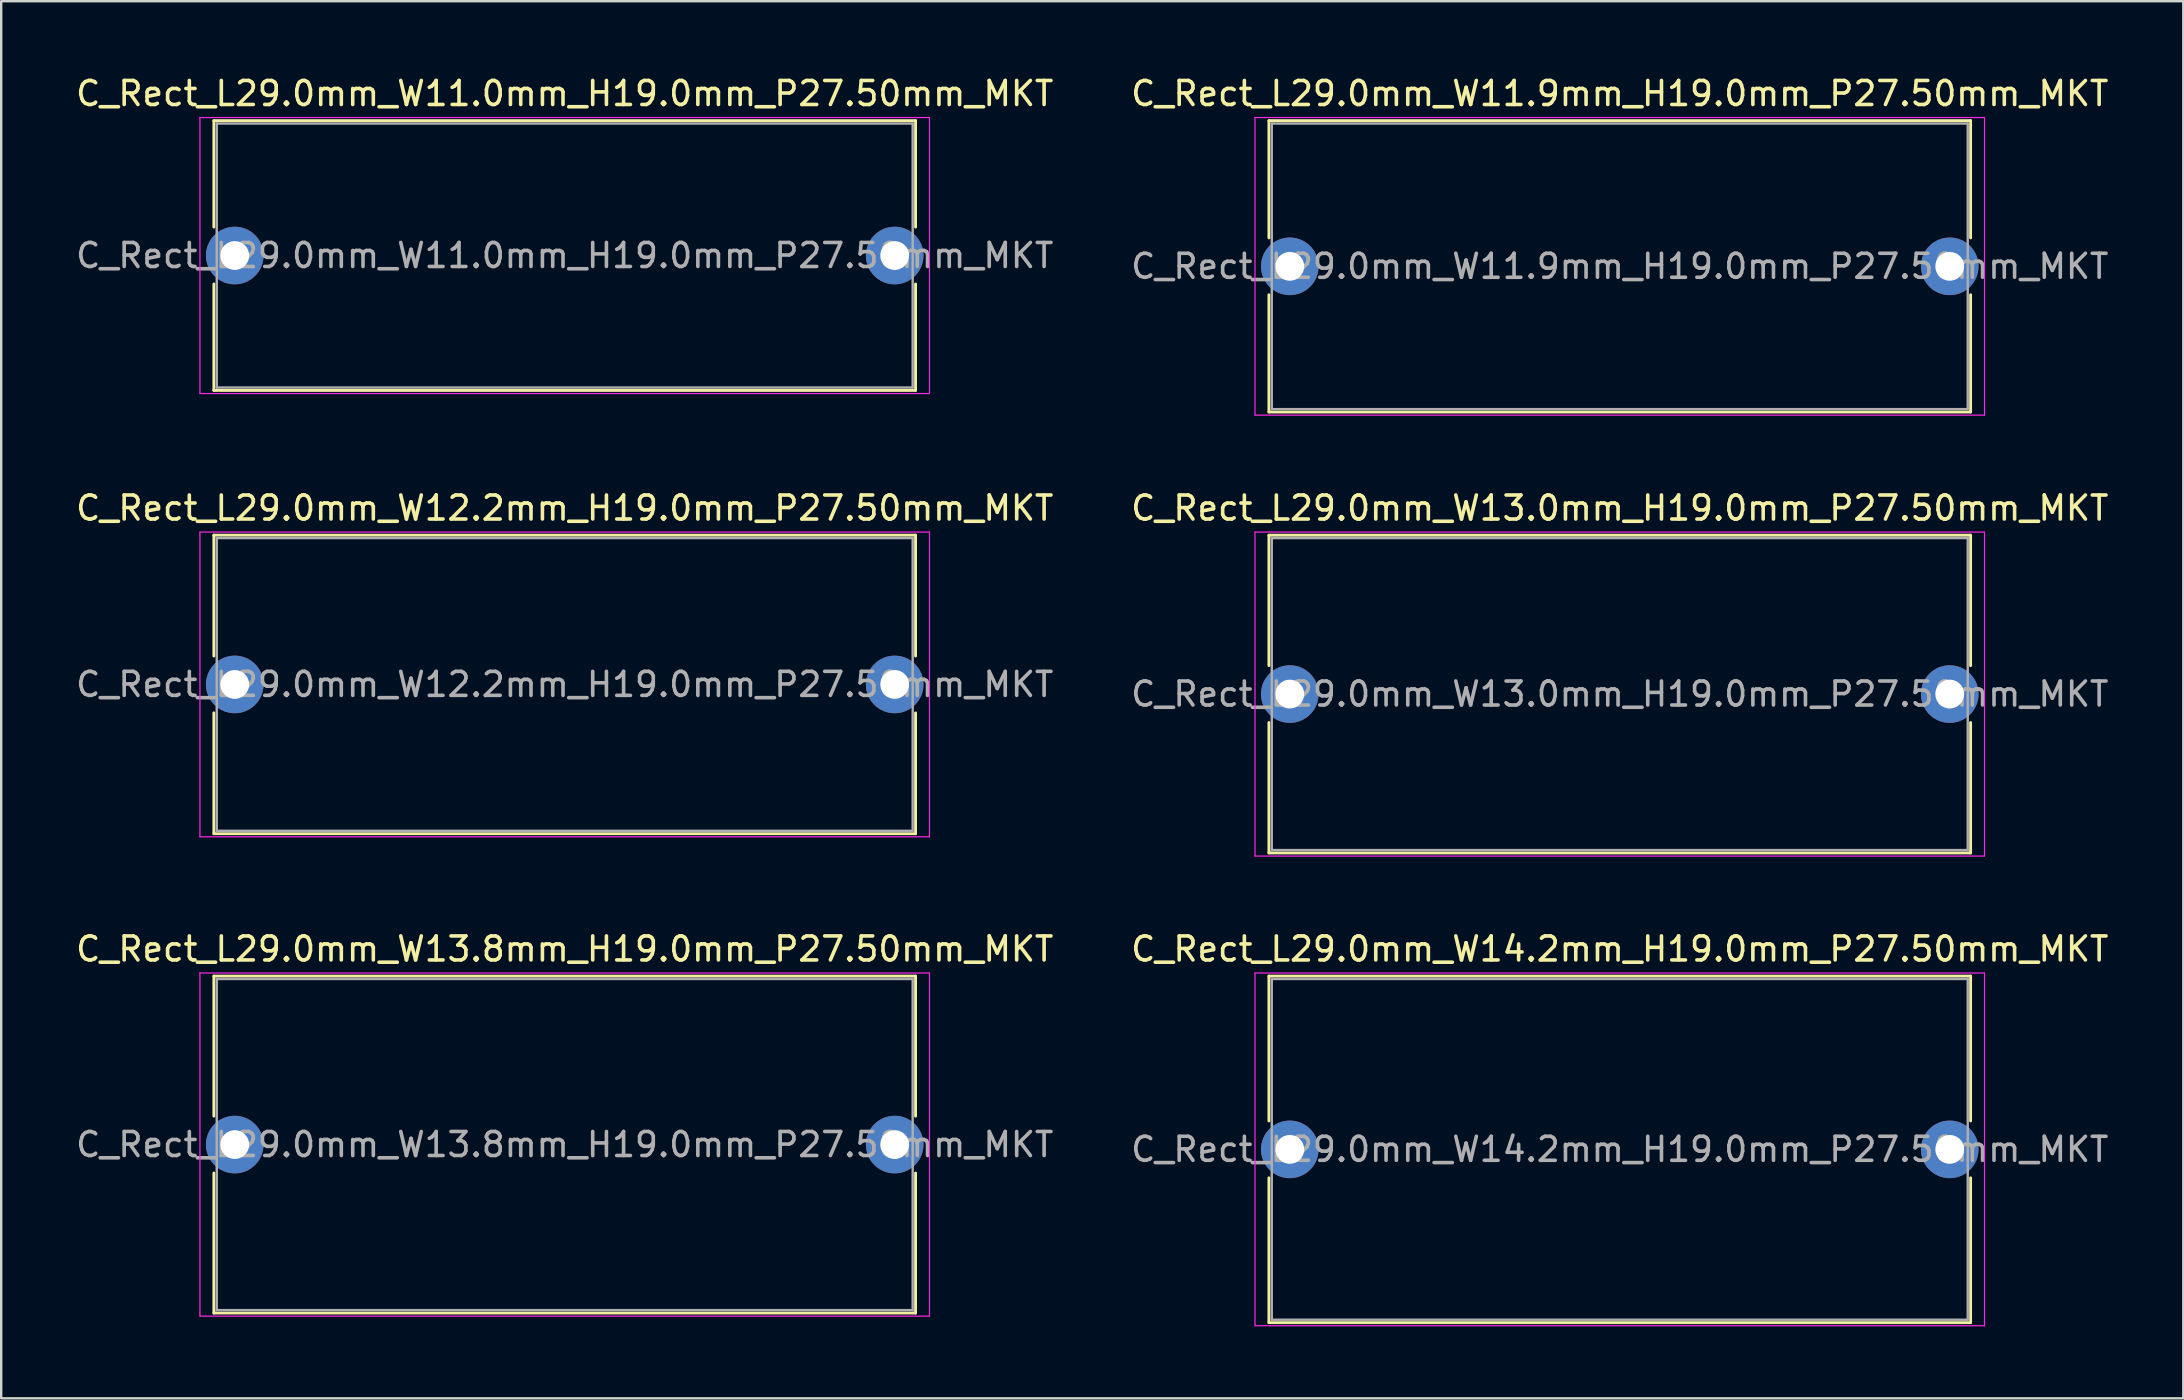
<source format=kicad_pcb>
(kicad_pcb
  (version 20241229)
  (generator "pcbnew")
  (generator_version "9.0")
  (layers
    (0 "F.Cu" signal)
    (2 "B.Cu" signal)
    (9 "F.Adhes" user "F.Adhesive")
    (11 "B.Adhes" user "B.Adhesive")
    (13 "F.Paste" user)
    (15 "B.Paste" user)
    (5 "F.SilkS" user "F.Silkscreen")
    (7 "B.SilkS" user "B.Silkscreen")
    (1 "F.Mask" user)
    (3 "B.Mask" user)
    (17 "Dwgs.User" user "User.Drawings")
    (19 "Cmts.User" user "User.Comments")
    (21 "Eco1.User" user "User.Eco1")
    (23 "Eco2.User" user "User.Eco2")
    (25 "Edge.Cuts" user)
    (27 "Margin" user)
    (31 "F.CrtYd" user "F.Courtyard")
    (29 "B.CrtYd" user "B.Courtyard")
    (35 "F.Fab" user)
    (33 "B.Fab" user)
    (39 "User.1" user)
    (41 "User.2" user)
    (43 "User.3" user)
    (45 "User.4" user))
  (footprint "C_Rect_L29.0mm_W14.2mm_H19.0mm_P27.50mm_MKT"
    (layer "F.Cu")
    (at 50.696 44.845)
    (property "Reference" "C_Rect_L29.0mm_W14.2mm_H19.0mm_P27.50mm_MKT" (at 13.75 -8.35 0) (layer "F.SilkS") (effects (font (size 1 1) (thickness 0.15))))
    (attr through_hole)
    (fp_line (start -0.87 -7.22) (end -0.87 -1.185) (stroke (width 0.12) (type solid)) (layer "F.SilkS"))
    (fp_line (start -0.87 -7.22) (end 28.37 -7.22) (stroke (width 0.12) (type solid)) (layer "F.SilkS"))
    (fp_line (start -0.87 1.185) (end -0.87 7.22) (stroke (width 0.12) (type solid)) (layer "F.SilkS"))
    (fp_line (start -0.87 7.22) (end 28.37 7.22) (stroke (width 0.12) (type solid)) (layer "F.SilkS"))
    (fp_line (start 28.37 -7.22) (end 28.37 -1.185) (stroke (width 0.12) (type solid)) (layer "F.SilkS"))
    (fp_line (start 28.37 1.185) (end 28.37 7.22) (stroke (width 0.12) (type solid)) (layer "F.SilkS"))
    (fp_line (start -1.45 -7.35) (end -1.45 7.35) (stroke (width 0.05) (type solid)) (layer "F.CrtYd"))
    (fp_line (start -1.45 7.35) (end 28.95 7.35) (stroke (width 0.05) (type solid)) (layer "F.CrtYd"))
    (fp_line (start 28.95 -7.35) (end -1.45 -7.35) (stroke (width 0.05) (type solid)) (layer "F.CrtYd"))
    (fp_line (start 28.95 7.35) (end 28.95 -7.35) (stroke (width 0.05) (type solid)) (layer "F.CrtYd"))
    (fp_line (start -0.75 -7.1) (end -0.75 7.1) (stroke (width 0.1) (type solid)) (layer "F.Fab"))
    (fp_line (start -0.75 7.1) (end 28.25 7.1) (stroke (width 0.1) (type solid)) (layer "F.Fab"))
    (fp_line (start 28.25 -7.1) (end -0.75 -7.1) (stroke (width 0.1) (type solid)) (layer "F.Fab"))
    (fp_line (start 28.25 7.1) (end 28.25 -7.1) (stroke (width 0.1) (type solid)) (layer "F.Fab"))
    (fp_text user "${REFERENCE}" (at 13.75 0 0) (layer "F.Fab") (effects (font (size 1 1) (thickness 0.15))))
    (pad "1" thru_hole circle (at 0 0) (size 2.4 2.4) (drill 1.2) (layers "*.Cu" "*.Mask"))
    (pad "2" thru_hole circle (at 27.5 0) (size 2.4 2.4) (drill 1.2) (layers "*.Cu" "*.Mask")))
  (footprint "C_Rect_L29.0mm_W12.2mm_H19.0mm_P27.50mm_MKT"
    (layer "F.Cu")
    (at 6.732 25.471)
    (property "Reference" "C_Rect_L29.0mm_W12.2mm_H19.0mm_P27.50mm_MKT" (at 13.75 -7.35 0) (layer "F.SilkS") (effects (font (size 1 1) (thickness 0.15))))
    (attr through_hole)
    (fp_line (start -0.87 -6.22) (end -0.87 -1.185) (stroke (width 0.12) (type solid)) (layer "F.SilkS"))
    (fp_line (start -0.87 -6.22) (end 28.37 -6.22) (stroke (width 0.12) (type solid)) (layer "F.SilkS"))
    (fp_line (start -0.87 1.185) (end -0.87 6.22) (stroke (width 0.12) (type solid)) (layer "F.SilkS"))
    (fp_line (start -0.87 6.22) (end 28.37 6.22) (stroke (width 0.12) (type solid)) (layer "F.SilkS"))
    (fp_line (start 28.37 -6.22) (end 28.37 -1.185) (stroke (width 0.12) (type solid)) (layer "F.SilkS"))
    (fp_line (start 28.37 1.185) (end 28.37 6.22) (stroke (width 0.12) (type solid)) (layer "F.SilkS"))
    (fp_line (start -1.45 -6.35) (end -1.45 6.35) (stroke (width 0.05) (type solid)) (layer "F.CrtYd"))
    (fp_line (start -1.45 6.35) (end 28.95 6.35) (stroke (width 0.05) (type solid)) (layer "F.CrtYd"))
    (fp_line (start 28.95 -6.35) (end -1.45 -6.35) (stroke (width 0.05) (type solid)) (layer "F.CrtYd"))
    (fp_line (start 28.95 6.35) (end 28.95 -6.35) (stroke (width 0.05) (type solid)) (layer "F.CrtYd"))
    (fp_line (start -0.75 -6.1) (end -0.75 6.1) (stroke (width 0.1) (type solid)) (layer "F.Fab"))
    (fp_line (start -0.75 6.1) (end 28.25 6.1) (stroke (width 0.1) (type solid)) (layer "F.Fab"))
    (fp_line (start 28.25 -6.1) (end -0.75 -6.1) (stroke (width 0.1) (type solid)) (layer "F.Fab"))
    (fp_line (start 28.25 6.1) (end 28.25 -6.1) (stroke (width 0.1) (type solid)) (layer "F.Fab"))
    (fp_text user "${REFERENCE}" (at 13.75 0 0) (layer "F.Fab") (effects (font (size 1 1) (thickness 0.15))))
    (pad "1" thru_hole circle (at 0 0) (size 2.4 2.4) (drill 1.2) (layers "*.Cu" "*.Mask"))
    (pad "2" thru_hole circle (at 27.5 0) (size 2.4 2.4) (drill 1.2) (layers "*.Cu" "*.Mask")))
  (footprint "C_Rect_L29.0mm_W13.8mm_H19.0mm_P27.50mm_MKT"
    (layer "F.Cu")
    (at 6.732 44.645)
    (property "Reference" "C_Rect_L29.0mm_W13.8mm_H19.0mm_P27.50mm_MKT" (at 13.75 -8.15 0) (layer "F.SilkS") (effects (font (size 1 1) (thickness 0.15))))
    (attr through_hole)
    (fp_line (start -0.87 -7.02) (end -0.87 -1.185) (stroke (width 0.12) (type solid)) (layer "F.SilkS"))
    (fp_line (start -0.87 -7.02) (end 28.37 -7.02) (stroke (width 0.12) (type solid)) (layer "F.SilkS"))
    (fp_line (start -0.87 1.185) (end -0.87 7.02) (stroke (width 0.12) (type solid)) (layer "F.SilkS"))
    (fp_line (start -0.87 7.02) (end 28.37 7.02) (stroke (width 0.12) (type solid)) (layer "F.SilkS"))
    (fp_line (start 28.37 -7.02) (end 28.37 -1.185) (stroke (width 0.12) (type solid)) (layer "F.SilkS"))
    (fp_line (start 28.37 1.185) (end 28.37 7.02) (stroke (width 0.12) (type solid)) (layer "F.SilkS"))
    (fp_line (start -1.45 -7.15) (end -1.45 7.15) (stroke (width 0.05) (type solid)) (layer "F.CrtYd"))
    (fp_line (start -1.45 7.15) (end 28.95 7.15) (stroke (width 0.05) (type solid)) (layer "F.CrtYd"))
    (fp_line (start 28.95 -7.15) (end -1.45 -7.15) (stroke (width 0.05) (type solid)) (layer "F.CrtYd"))
    (fp_line (start 28.95 7.15) (end 28.95 -7.15) (stroke (width 0.05) (type solid)) (layer "F.CrtYd"))
    (fp_line (start -0.75 -6.9) (end -0.75 6.9) (stroke (width 0.1) (type solid)) (layer "F.Fab"))
    (fp_line (start -0.75 6.9) (end 28.25 6.9) (stroke (width 0.1) (type solid)) (layer "F.Fab"))
    (fp_line (start 28.25 -6.9) (end -0.75 -6.9) (stroke (width 0.1) (type solid)) (layer "F.Fab"))
    (fp_line (start 28.25 6.9) (end 28.25 -6.9) (stroke (width 0.1) (type solid)) (layer "F.Fab"))
    (fp_text user "${REFERENCE}" (at 13.75 0 0) (layer "F.Fab") (effects (font (size 1 1) (thickness 0.15))))
    (pad "1" thru_hole circle (at 0 0) (size 2.4 2.4) (drill 1.2) (layers "*.Cu" "*.Mask"))
    (pad "2" thru_hole circle (at 27.5 0) (size 2.4 2.4) (drill 1.2) (layers "*.Cu" "*.Mask")))
  (footprint "C_Rect_L29.0mm_W11.0mm_H19.0mm_P27.50mm_MKT"
    (layer "F.Cu")
    (at 6.732 7.598)
    (property "Reference" "C_Rect_L29.0mm_W11.0mm_H19.0mm_P27.50mm_MKT" (at 13.75 -6.75 0) (layer "F.SilkS") (effects (font (size 1 1) (thickness 0.15))))
    (attr through_hole)
    (fp_line (start -0.87 -5.62) (end -0.87 -1.185) (stroke (width 0.12) (type solid)) (layer "F.SilkS"))
    (fp_line (start -0.87 -5.62) (end 28.37 -5.62) (stroke (width 0.12) (type solid)) (layer "F.SilkS"))
    (fp_line (start -0.87 1.185) (end -0.87 5.62) (stroke (width 0.12) (type solid)) (layer "F.SilkS"))
    (fp_line (start -0.87 5.62) (end 28.37 5.62) (stroke (width 0.12) (type solid)) (layer "F.SilkS"))
    (fp_line (start 28.37 -5.62) (end 28.37 -1.185) (stroke (width 0.12) (type solid)) (layer "F.SilkS"))
    (fp_line (start 28.37 1.185) (end 28.37 5.62) (stroke (width 0.12) (type solid)) (layer "F.SilkS"))
    (fp_line (start -1.45 -5.75) (end -1.45 5.75) (stroke (width 0.05) (type solid)) (layer "F.CrtYd"))
    (fp_line (start -1.45 5.75) (end 28.95 5.75) (stroke (width 0.05) (type solid)) (layer "F.CrtYd"))
    (fp_line (start 28.95 -5.75) (end -1.45 -5.75) (stroke (width 0.05) (type solid)) (layer "F.CrtYd"))
    (fp_line (start 28.95 5.75) (end 28.95 -5.75) (stroke (width 0.05) (type solid)) (layer "F.CrtYd"))
    (fp_line (start -0.75 -5.5) (end -0.75 5.5) (stroke (width 0.1) (type solid)) (layer "F.Fab"))
    (fp_line (start -0.75 5.5) (end 28.25 5.5) (stroke (width 0.1) (type solid)) (layer "F.Fab"))
    (fp_line (start 28.25 -5.5) (end -0.75 -5.5) (stroke (width 0.1) (type solid)) (layer "F.Fab"))
    (fp_line (start 28.25 5.5) (end 28.25 -5.5) (stroke (width 0.1) (type solid)) (layer "F.Fab"))
    (fp_text user "${REFERENCE}" (at 13.75 0 0) (layer "F.Fab") (effects (font (size 1 1) (thickness 0.15))))
    (pad "1" thru_hole circle (at 0 0) (size 2.4 2.4) (drill 1.2) (layers "*.Cu" "*.Mask"))
    (pad "2" thru_hole circle (at 27.5 0) (size 2.4 2.4) (drill 1.2) (layers "*.Cu" "*.Mask")))
  (footprint "C_Rect_L29.0mm_W13.0mm_H19.0mm_P27.50mm_MKT"
    (layer "F.Cu")
    (at 50.696 25.872)
    (property "Reference" "C_Rect_L29.0mm_W13.0mm_H19.0mm_P27.50mm_MKT" (at 13.75 -7.75 0) (layer "F.SilkS") (effects (font (size 1 1) (thickness 0.15))))
    (attr through_hole)
    (fp_line (start -0.87 -6.62) (end -0.87 -1.185) (stroke (width 0.12) (type solid)) (layer "F.SilkS"))
    (fp_line (start -0.87 -6.62) (end 28.37 -6.62) (stroke (width 0.12) (type solid)) (layer "F.SilkS"))
    (fp_line (start -0.87 1.185) (end -0.87 6.62) (stroke (width 0.12) (type solid)) (layer "F.SilkS"))
    (fp_line (start -0.87 6.62) (end 28.37 6.62) (stroke (width 0.12) (type solid)) (layer "F.SilkS"))
    (fp_line (start 28.37 -6.62) (end 28.37 -1.185) (stroke (width 0.12) (type solid)) (layer "F.SilkS"))
    (fp_line (start 28.37 1.185) (end 28.37 6.62) (stroke (width 0.12) (type solid)) (layer "F.SilkS"))
    (fp_line (start -1.45 -6.75) (end -1.45 6.75) (stroke (width 0.05) (type solid)) (layer "F.CrtYd"))
    (fp_line (start -1.45 6.75) (end 28.95 6.75) (stroke (width 0.05) (type solid)) (layer "F.CrtYd"))
    (fp_line (start 28.95 -6.75) (end -1.45 -6.75) (stroke (width 0.05) (type solid)) (layer "F.CrtYd"))
    (fp_line (start 28.95 6.75) (end 28.95 -6.75) (stroke (width 0.05) (type solid)) (layer "F.CrtYd"))
    (fp_line (start -0.75 -6.5) (end -0.75 6.5) (stroke (width 0.1) (type solid)) (layer "F.Fab"))
    (fp_line (start -0.75 6.5) (end 28.25 6.5) (stroke (width 0.1) (type solid)) (layer "F.Fab"))
    (fp_line (start 28.25 -6.5) (end -0.75 -6.5) (stroke (width 0.1) (type solid)) (layer "F.Fab"))
    (fp_line (start 28.25 6.5) (end 28.25 -6.5) (stroke (width 0.1) (type solid)) (layer "F.Fab"))
    (fp_text user "${REFERENCE}" (at 13.75 0 0) (layer "F.Fab") (effects (font (size 1 1) (thickness 0.15))))
    (pad "1" thru_hole circle (at 0 0) (size 2.4 2.4) (drill 1.2) (layers "*.Cu" "*.Mask"))
    (pad "2" thru_hole circle (at 27.5 0) (size 2.4 2.4) (drill 1.2) (layers "*.Cu" "*.Mask")))
  (footprint "C_Rect_L29.0mm_W11.9mm_H19.0mm_P27.50mm_MKT"
    (layer "F.Cu")
    (at 50.696 8.048)
    (property "Reference" "C_Rect_L29.0mm_W11.9mm_H19.0mm_P27.50mm_MKT" (at 13.75 -7.2 0) (layer "F.SilkS") (effects (font (size 1 1) (thickness 0.15))))
    (attr through_hole)
    (fp_line (start -0.87 -6.07) (end -0.87 -1.185) (stroke (width 0.12) (type solid)) (layer "F.SilkS"))
    (fp_line (start -0.87 -6.07) (end 28.37 -6.07) (stroke (width 0.12) (type solid)) (layer "F.SilkS"))
    (fp_line (start -0.87 1.185) (end -0.87 6.07) (stroke (width 0.12) (type solid)) (layer "F.SilkS"))
    (fp_line (start -0.87 6.07) (end 28.37 6.07) (stroke (width 0.12) (type solid)) (layer "F.SilkS"))
    (fp_line (start 28.37 -6.07) (end 28.37 -1.185) (stroke (width 0.12) (type solid)) (layer "F.SilkS"))
    (fp_line (start 28.37 1.185) (end 28.37 6.07) (stroke (width 0.12) (type solid)) (layer "F.SilkS"))
    (fp_line (start -1.45 -6.2) (end -1.45 6.2) (stroke (width 0.05) (type solid)) (layer "F.CrtYd"))
    (fp_line (start -1.45 6.2) (end 28.95 6.2) (stroke (width 0.05) (type solid)) (layer "F.CrtYd"))
    (fp_line (start 28.95 -6.2) (end -1.45 -6.2) (stroke (width 0.05) (type solid)) (layer "F.CrtYd"))
    (fp_line (start 28.95 6.2) (end 28.95 -6.2) (stroke (width 0.05) (type solid)) (layer "F.CrtYd"))
    (fp_line (start -0.75 -5.95) (end -0.75 5.95) (stroke (width 0.1) (type solid)) (layer "F.Fab"))
    (fp_line (start -0.75 5.95) (end 28.25 5.95) (stroke (width 0.1) (type solid)) (layer "F.Fab"))
    (fp_line (start 28.25 -5.95) (end -0.75 -5.95) (stroke (width 0.1) (type solid)) (layer "F.Fab"))
    (fp_line (start 28.25 5.95) (end 28.25 -5.95) (stroke (width 0.1) (type solid)) (layer "F.Fab"))
    (fp_text user "${REFERENCE}" (at 13.75 0 0) (layer "F.Fab") (effects (font (size 1 1) (thickness 0.15))))
    (pad "1" thru_hole circle (at 0 0) (size 2.4 2.4) (drill 1.2) (layers "*.Cu" "*.Mask"))
    (pad "2" thru_hole circle (at 27.5 0) (size 2.4 2.4) (drill 1.2) (layers "*.Cu" "*.Mask")))
  (gr_rect
    (start -3 -3)
    (end 87.929 55.22)
    (stroke (width 0.1) (type default))
    (fill no)
    (layer "Edge.Cuts")))
</source>
